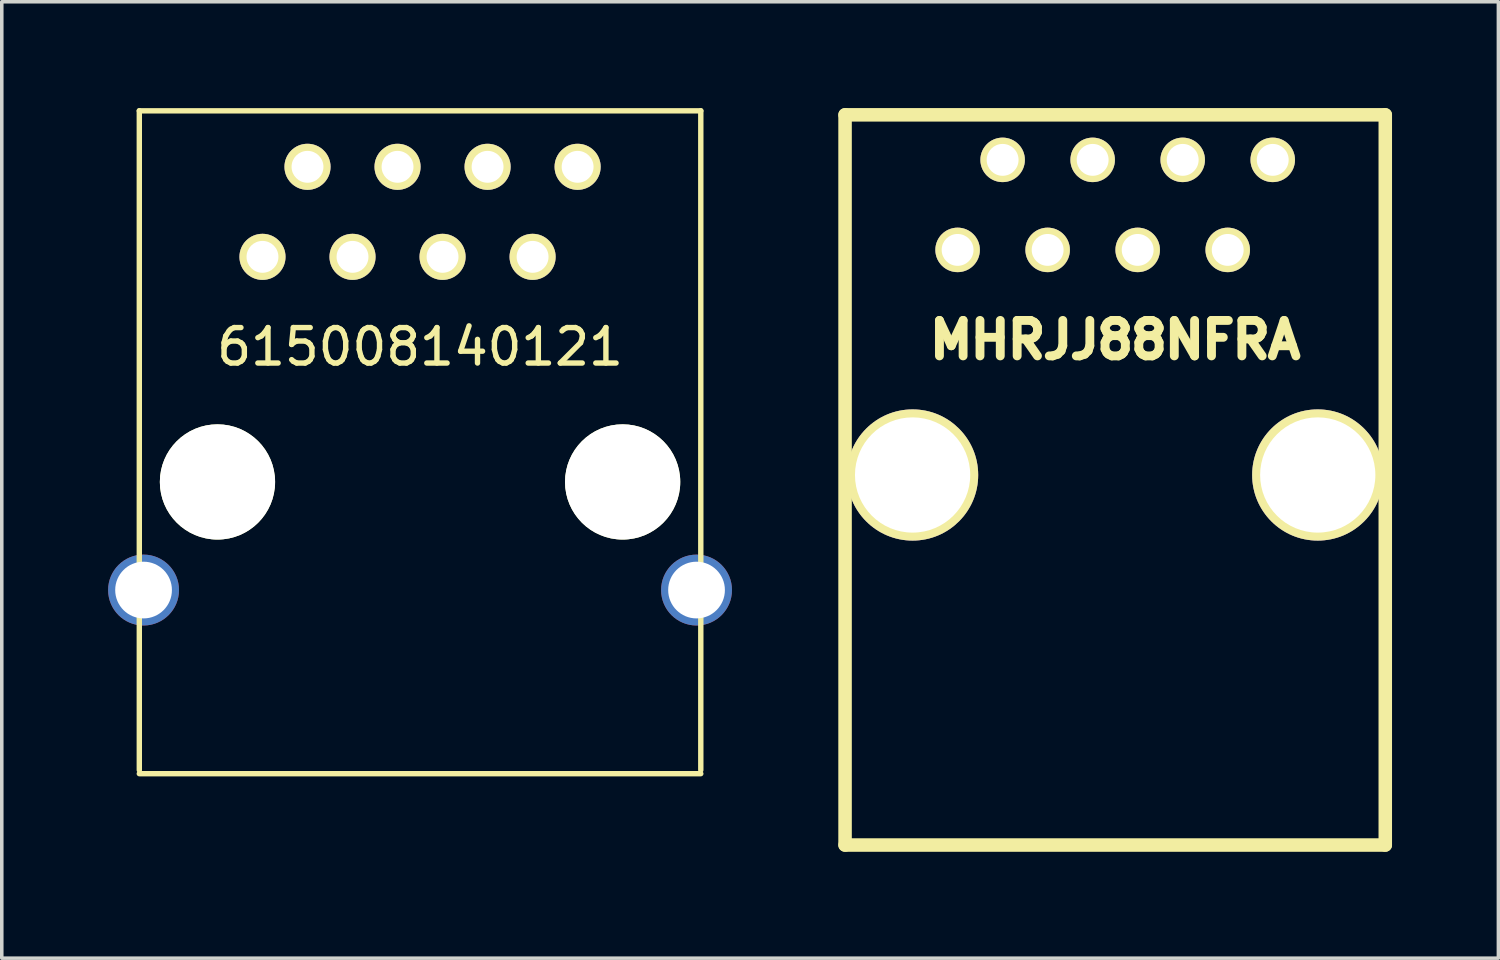
<source format=kicad_pcb>
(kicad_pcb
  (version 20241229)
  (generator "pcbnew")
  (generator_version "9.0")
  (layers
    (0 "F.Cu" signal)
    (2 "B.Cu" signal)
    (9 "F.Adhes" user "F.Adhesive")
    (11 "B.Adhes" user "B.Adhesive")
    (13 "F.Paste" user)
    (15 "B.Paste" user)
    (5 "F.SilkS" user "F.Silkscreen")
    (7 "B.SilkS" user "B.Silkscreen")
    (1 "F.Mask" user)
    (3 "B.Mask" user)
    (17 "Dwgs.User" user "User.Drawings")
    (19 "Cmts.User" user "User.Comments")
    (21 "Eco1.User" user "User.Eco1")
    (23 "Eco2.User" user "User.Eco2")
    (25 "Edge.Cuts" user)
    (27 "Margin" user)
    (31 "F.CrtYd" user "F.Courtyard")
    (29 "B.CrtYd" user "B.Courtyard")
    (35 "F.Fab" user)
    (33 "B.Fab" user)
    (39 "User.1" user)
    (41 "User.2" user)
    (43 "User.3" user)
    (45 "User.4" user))
  (footprint "MHRJJ88NFRA"
    (layer "F.Cu")
    (at 28.41 4)
    (property "Reference" "MHRJJ88NFRA" (at 0 2.54 0) (layer "F.SilkS") (effects (font (size 1.001 1.001) (thickness 0.251))))
    (attr through_hole)
    (fp_line (start -7.62 -3.81) (end 7.62 -3.81) (stroke (width 0.381) (type solid)) (layer "F.SilkS"))
    (fp_line (start -7.62 16.789) (end -7.62 -3.81) (stroke (width 0.381) (type solid)) (layer "F.SilkS"))
    (fp_line (start 7.62 -3.81) (end 7.62 16.789) (stroke (width 0.381) (type solid)) (layer "F.SilkS"))
    (fp_line (start 7.62 16.789) (end -7.62 16.789) (stroke (width 0.381) (type solid)) (layer "F.SilkS"))
    (pad "0" thru_hole circle (at -5.715 6.35) (size 3.701 3.701) (drill 3.251) (layers "*.Cu" "*.Mask" "F.SilkS"))
    (pad "0" thru_hole circle (at 5.715 6.35) (size 3.701 3.701) (drill 3.251) (layers "*.Cu" "*.Mask" "F.SilkS"))
    (pad "1" thru_hole circle (at -4.445 0) (size 1.255 1.255) (drill 0.899) (layers "*.Cu" "*.Mask" "F.SilkS"))
    (pad "2" thru_hole circle (at -3.175 -2.54) (size 1.255 1.255) (drill 0.899) (layers "*.Cu" "*.Mask" "F.SilkS"))
    (pad "3" thru_hole circle (at -1.905 0) (size 1.255 1.255) (drill 0.899) (layers "*.Cu" "*.Mask" "F.SilkS"))
    (pad "4" thru_hole circle (at -0.635 -2.54) (size 1.255 1.255) (drill 0.899) (layers "*.Cu" "*.Mask" "F.SilkS"))
    (pad "5" thru_hole circle (at 0.635 0) (size 1.255 1.255) (drill 0.899) (layers "*.Cu" "*.Mask" "F.SilkS"))
    (pad "6" thru_hole circle (at 1.905 -2.54) (size 1.255 1.255) (drill 0.899) (layers "*.Cu" "*.Mask" "F.SilkS"))
    (pad "7" thru_hole circle (at 3.175 0) (size 1.255 1.255) (drill 0.899) (layers "*.Cu" "*.Mask" "F.SilkS"))
    (pad "8" thru_hole circle (at 4.445 -2.54) (size 1.255 1.255) (drill 0.899) (layers "*.Cu" "*.Mask" "F.SilkS")))
  (footprint "615008140121"
    (layer "F.Cu")
    (at 8.8 4.196)
    (property "Reference" "615008140121" (at 0 2.54 0) (layer "F.SilkS") (effects (font (size 1.001 1.001) (thickness 0.152))))
    (attr through_hole)
    (fp_line (start -7.92 -4.12) (end 7.92 -4.12) (stroke (width 0.152) (type solid)) (layer "F.SilkS"))
    (fp_line (start -7.92 14.48) (end -7.92 -4.12) (stroke (width 0.152) (type solid)) (layer "F.SilkS"))
    (fp_line (start -7.92 14.58) (end 7.92 14.58) (stroke (width 0.152) (type solid)) (layer "F.SilkS"))
    (fp_line (start 7.92 -4.12) (end 7.92 14.48) (stroke (width 0.152) (type solid)) (layer "F.SilkS"))
    (pad "" thru_hole circle (at -7.8 9.4) (size 2 2) (drill 1.6) (layers "*.Cu" "*.Mask"))
    (pad "" np_thru_hole circle (at -5.715 6.35) (size 3.251 3.251) (drill 3.251) (layers "*.Cu" "*.Mask" "F.SilkS"))
    (pad "" np_thru_hole circle (at 5.715 6.35) (size 3.251 3.251) (drill 3.251) (layers "*.Cu" "*.Mask" "F.SilkS"))
    (pad "" thru_hole circle (at 7.8 9.4) (size 2 2) (drill 1.6) (layers "*.Cu" "*.Mask"))
    (pad "1" thru_hole circle (at -4.445 0) (size 1.3 1.3) (drill 0.899) (layers "*.Cu" "*.Mask" "F.SilkS"))
    (pad "2" thru_hole circle (at -3.175 -2.54) (size 1.3 1.3) (drill 0.899) (layers "*.Cu" "*.Mask" "F.SilkS"))
    (pad "3" thru_hole circle (at -1.905 0) (size 1.3 1.3) (drill 0.899) (layers "*.Cu" "*.Mask" "F.SilkS"))
    (pad "4" thru_hole circle (at -0.635 -2.54) (size 1.3 1.3) (drill 0.899) (layers "*.Cu" "*.Mask" "F.SilkS"))
    (pad "5" thru_hole circle (at 0.635 0) (size 1.3 1.3) (drill 0.899) (layers "*.Cu" "*.Mask" "F.SilkS"))
    (pad "6" thru_hole circle (at 1.905 -2.54) (size 1.3 1.3) (drill 0.899) (layers "*.Cu" "*.Mask" "F.SilkS"))
    (pad "7" thru_hole circle (at 3.175 0) (size 1.3 1.3) (drill 0.899) (layers "*.Cu" "*.Mask" "F.SilkS"))
    (pad "8" thru_hole circle (at 4.445 -2.54) (size 1.3 1.3) (drill 0.899) (layers "*.Cu" "*.Mask" "F.SilkS")))
  (gr_rect
    (start -3 -3)
    (end 39.221 23.98)
    (stroke (width 0.1) (type default))
    (fill no)
    (layer "Edge.Cuts")))
</source>
